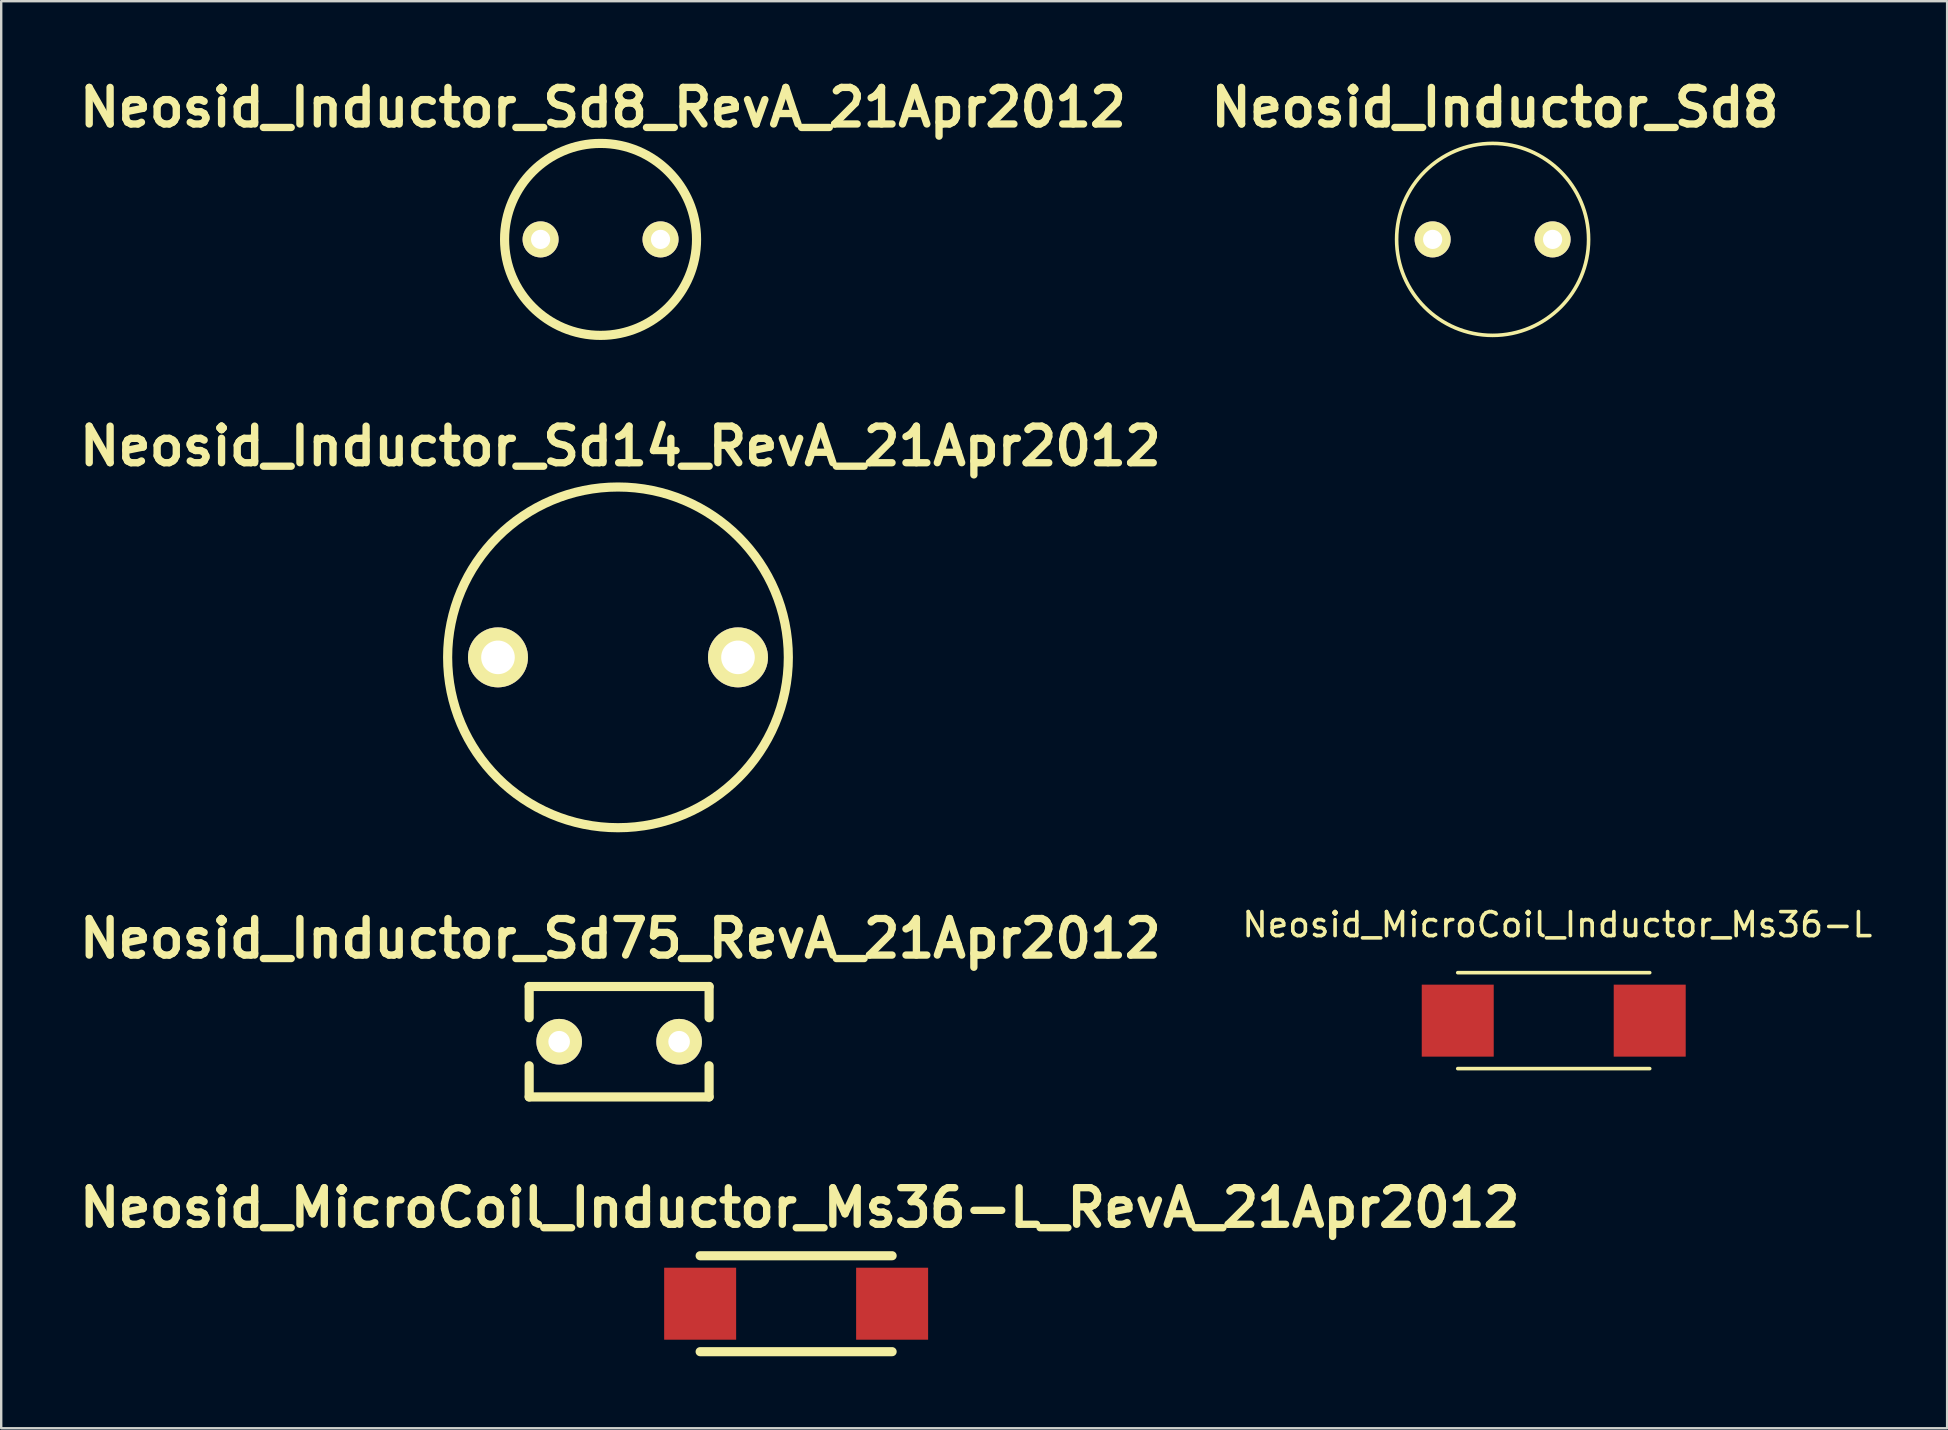
<source format=kicad_pcb>
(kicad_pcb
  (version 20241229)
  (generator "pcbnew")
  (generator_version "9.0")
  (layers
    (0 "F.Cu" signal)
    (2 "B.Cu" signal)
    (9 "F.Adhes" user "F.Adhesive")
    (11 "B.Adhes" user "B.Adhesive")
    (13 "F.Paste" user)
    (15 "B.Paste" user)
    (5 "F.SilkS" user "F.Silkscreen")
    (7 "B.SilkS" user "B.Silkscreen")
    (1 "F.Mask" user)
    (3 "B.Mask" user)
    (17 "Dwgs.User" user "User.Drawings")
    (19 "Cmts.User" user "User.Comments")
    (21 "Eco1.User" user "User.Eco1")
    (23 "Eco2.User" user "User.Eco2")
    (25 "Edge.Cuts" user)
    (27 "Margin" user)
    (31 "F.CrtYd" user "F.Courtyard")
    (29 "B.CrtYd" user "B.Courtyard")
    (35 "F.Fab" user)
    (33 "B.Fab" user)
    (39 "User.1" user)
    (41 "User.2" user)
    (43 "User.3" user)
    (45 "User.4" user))
  (footprint "Neosid_Inductor_Sd14_RevA_21Apr2012"
    (layer "F.Cu")
    (at 22.703 24.344)
    (property "Reference" "Neosid_Inductor_Sd14_RevA_21Apr2012" (at 0.099 -8.801 0) (layer "F.SilkS") (effects (font (size 1.524 1.524) (thickness 0.305))))
    (attr through_hole)
    (fp_circle (center 0 0) (end 7.099 0) (stroke (width 0.381) (type solid)) (fill no) (layer "F.SilkS"))
    (pad "1" thru_hole circle (at -5.001 0) (size 2.499 2.499) (drill 1.4) (layers "*.Cu" "*.Mask" "F.SilkS"))
    (pad "2" thru_hole circle (at 5.001 0) (size 2.499 2.499) (drill 1.4) (layers "*.Cu" "*.Mask" "F.SilkS")))
  (footprint "Neosid_Inductor_Sd8"
    (layer "F.Cu")
    (at 59.151 6.926)
    (property "Reference" "Neosid_Inductor_Sd8" (at 0.099 -5.499 0) (layer "F.SilkS") (effects (font (size 1.524 1.524) (thickness 0.305))))
    (attr through_hole)
    (fp_circle (center 0 0) (end 4 0) (stroke (width 0.15) (type solid)) (fill no) (layer "F.SilkS"))
    (pad "1" thru_hole circle (at -2.499 0) (size 1.501 1.501) (drill 0.8) (layers "*.Cu" "*.Mask" "F.SilkS"))
    (pad "2" thru_hole circle (at 2.499 0) (size 1.501 1.501) (drill 0.8) (layers "*.Cu" "*.Mask" "F.SilkS")))
  (footprint "Neosid_MicroCoil_Inductor_Ms36-L_RevA_21Apr2012"
    (layer "F.Cu")
    (at 30.127 51.279)
    (property "Reference" "Neosid_MicroCoil_Inductor_Ms36-L_RevA_21Apr2012" (at 0.15 -4 0) (layer "F.SilkS") (effects (font (size 1.524 1.524) (thickness 0.305))))
    (attr smd)
    (fp_line (start 4 -1.999) (end -4 -1.999) (stroke (width 0.381) (type solid)) (layer "F.SilkS"))
    (fp_line (start 4 1.999) (end -4 1.999) (stroke (width 0.381) (type solid)) (layer "F.SilkS"))
    (pad "1" smd rect (at -4 0) (size 3 3) (layers "F.Cu" "F.Mask" "F.Paste"))
    (pad "2" smd rect (at 4 0) (size 3 3) (layers "F.Cu" "F.Mask" "F.Paste")))
  (footprint "Neosid_MicroCoil_Inductor_Ms36-L"
    (layer "F.Cu")
    (at 61.698 39.483)
    (property "Reference" "Neosid_MicroCoil_Inductor_Ms36-L" (at 0.15 -4 0) (layer "F.SilkS") (effects (font (size 1 1) (thickness 0.15))))
    (attr smd)
    (fp_line (start 4 -1.999) (end -4 -1.999) (stroke (width 0.15) (type solid)) (layer "F.SilkS"))
    (fp_line (start 4 1.999) (end -4 1.999) (stroke (width 0.15) (type solid)) (layer "F.SilkS"))
    (pad "1" smd rect (at -4 0) (size 3 3) (layers "F.Cu" "F.Mask" "F.Paste"))
    (pad "2" smd rect (at 4 0) (size 3 3) (layers "F.Cu" "F.Mask" "F.Paste")))
  (footprint "Neosid_Inductor_Sd75_RevA_21Apr2012"
    (layer "F.Cu")
    (at 22.751 40.361)
    (property "Reference" "Neosid_Inductor_Sd75_RevA_21Apr2012" (at 0.051 -4.3 0) (layer "F.SilkS") (effects (font (size 1.524 1.524) (thickness 0.305))))
    (attr through_hole)
    (fp_line (start -3.749 -2.301) (end -3.749 -1.001) (stroke (width 0.381) (type solid)) (layer "F.SilkS"))
    (fp_line (start -3.749 1.001) (end -3.749 2.301) (stroke (width 0.381) (type solid)) (layer "F.SilkS"))
    (fp_line (start 3.749 -2.301) (end -3.749 -2.301) (stroke (width 0.381) (type solid)) (layer "F.SilkS"))
    (fp_line (start 3.749 -2.301) (end 3.749 -1.001) (stroke (width 0.381) (type solid)) (layer "F.SilkS"))
    (fp_line (start 3.749 1.001) (end 3.749 2.301) (stroke (width 0.381) (type solid)) (layer "F.SilkS"))
    (fp_line (start 3.749 2.301) (end -3.749 2.301) (stroke (width 0.381) (type solid)) (layer "F.SilkS"))
    (pad "1" thru_hole circle (at -2.499 0) (size 1.9 1.9) (drill 0.899) (layers "*.Cu" "*.Mask" "F.SilkS"))
    (pad "2" thru_hole circle (at 2.499 0) (size 1.9 1.9) (drill 0.899) (layers "*.Cu" "*.Mask" "F.SilkS")))
  (footprint "Neosid_Inductor_Sd8_RevA_21Apr2012"
    (layer "F.Cu")
    (at 21.977 6.926)
    (property "Reference" "Neosid_Inductor_Sd8_RevA_21Apr2012" (at 0.099 -5.499 0) (layer "F.SilkS") (effects (font (size 1.524 1.524) (thickness 0.305))))
    (attr through_hole)
    (fp_circle (center 0 0) (end 4 0) (stroke (width 0.381) (type solid)) (fill no) (layer "F.SilkS"))
    (pad "1" thru_hole circle (at -2.499 0) (size 1.501 1.501) (drill 0.8) (layers "*.Cu" "*.Mask" "F.SilkS"))
    (pad "2" thru_hole circle (at 2.499 0) (size 1.501 1.501) (drill 0.8) (layers "*.Cu" "*.Mask" "F.SilkS")))
  (gr_rect
    (start -3 -3)
    (end 78.092 56.469)
    (stroke (width 0.1) (type default))
    (fill no)
    (layer "Edge.Cuts")))
</source>
